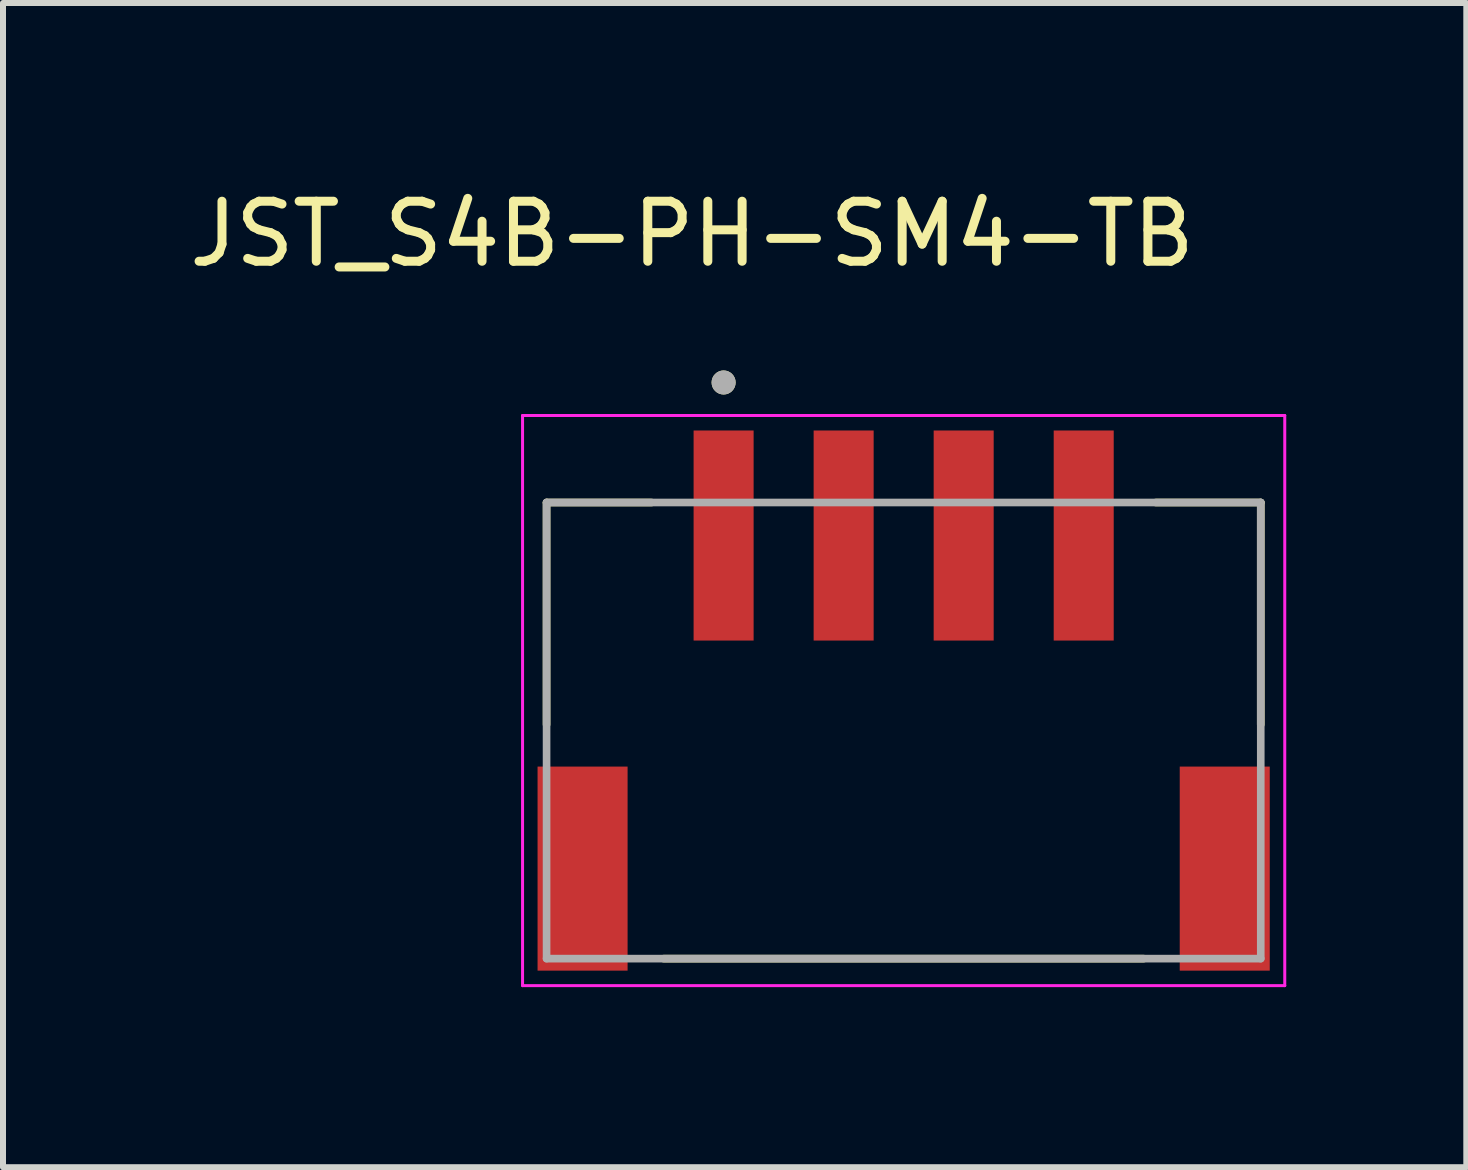
<source format=kicad_pcb>
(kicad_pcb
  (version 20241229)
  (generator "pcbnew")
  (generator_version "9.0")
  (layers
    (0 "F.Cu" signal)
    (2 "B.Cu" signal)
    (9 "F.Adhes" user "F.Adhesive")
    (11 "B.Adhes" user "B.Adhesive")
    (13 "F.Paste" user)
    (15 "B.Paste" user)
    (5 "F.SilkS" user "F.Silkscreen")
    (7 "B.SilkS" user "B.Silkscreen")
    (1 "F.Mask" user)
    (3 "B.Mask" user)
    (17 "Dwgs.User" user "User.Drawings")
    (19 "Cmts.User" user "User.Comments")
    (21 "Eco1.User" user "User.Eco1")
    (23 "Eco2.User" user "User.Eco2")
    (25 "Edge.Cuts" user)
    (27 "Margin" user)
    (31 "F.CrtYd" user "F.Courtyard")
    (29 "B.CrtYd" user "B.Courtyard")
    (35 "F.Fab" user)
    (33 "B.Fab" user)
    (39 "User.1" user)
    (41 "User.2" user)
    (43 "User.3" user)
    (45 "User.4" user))
  (footprint "JST_S4B-PH-SM4-TB"
    (layer "F.Cu")
    (at 12.007 8.623)
    (property "Reference" "JST_S4B-PH-SM4-TB" (at -3.525 -7.775 0) (layer "F.SilkS") (effects (font (size 1 1) (thickness 0.15))))
    (attr smd)
    (fp_line (start -5.95 -3.3) (end -4.2 -3.3) (stroke (width 0.127) (type solid)) (layer "F.SilkS"))
    (fp_line (start -5.95 0.4) (end -5.95 -3.3) (stroke (width 0.127) (type solid)) (layer "F.SilkS"))
    (fp_line (start -4 4.3) (end 4 4.3) (stroke (width 0.127) (type solid)) (layer "F.SilkS"))
    (fp_line (start 4.2 -3.3) (end 5.95 -3.3) (stroke (width 0.127) (type solid)) (layer "F.SilkS"))
    (fp_line (start 5.95 -3.3) (end 5.95 0.4) (stroke (width 0.127) (type solid)) (layer "F.SilkS"))
    (fp_circle (center -3 -5.3) (end -2.9 -5.3) (stroke (width 0.2) (type solid)) (fill no) (layer "F.SilkS"))
    (fp_line (start -6.35 -4.75) (end 6.35 -4.75) (stroke (width 0.05) (type solid)) (layer "F.CrtYd"))
    (fp_line (start -6.35 4.75) (end -6.35 -4.75) (stroke (width 0.05) (type solid)) (layer "F.CrtYd"))
    (fp_line (start 6.35 -4.75) (end 6.35 4.75) (stroke (width 0.05) (type solid)) (layer "F.CrtYd"))
    (fp_line (start 6.35 4.75) (end -6.35 4.75) (stroke (width 0.05) (type solid)) (layer "F.CrtYd"))
    (fp_line (start -5.95 -3.3) (end -5.95 4.3) (stroke (width 0.127) (type solid)) (layer "F.Fab"))
    (fp_line (start -5.95 4.3) (end 5.95 4.3) (stroke (width 0.127) (type solid)) (layer "F.Fab"))
    (fp_line (start 5.95 -3.3) (end -5.95 -3.3) (stroke (width 0.127) (type solid)) (layer "F.Fab"))
    (fp_line (start 5.95 4.3) (end 5.95 -3.3) (stroke (width 0.127) (type solid)) (layer "F.Fab"))
    (fp_circle (center -3 -5.3) (end -2.9 -5.3) (stroke (width 0.2) (type solid)) (fill no) (layer "F.Fab"))
    (pad "1" smd rect (at -3 -2.75) (size 1 3.5) (layers "F.Cu" "F.Mask" "F.Paste"))
    (pad "2" smd rect (at -1 -2.75) (size 1 3.5) (layers "F.Cu" "F.Mask" "F.Paste"))
    (pad "3" smd rect (at 1 -2.75) (size 1 3.5) (layers "F.Cu" "F.Mask" "F.Paste"))
    (pad "4" smd rect (at 3 -2.75) (size 1 3.5) (layers "F.Cu" "F.Mask" "F.Paste"))
    (pad "SH1" smd rect (at -5.35 2.8) (size 1.5 3.4) (layers "F.Cu" "F.Mask" "F.Paste"))
    (pad "SH2" smd rect (at 5.35 2.8) (size 1.5 3.4) (layers "F.Cu" "F.Mask" "F.Paste")))
  (gr_rect
    (start -3 -3)
    (end 21.382 16.398)
    (stroke (width 0.1) (type default))
    (fill no)
    (layer "Edge.Cuts")))
</source>
